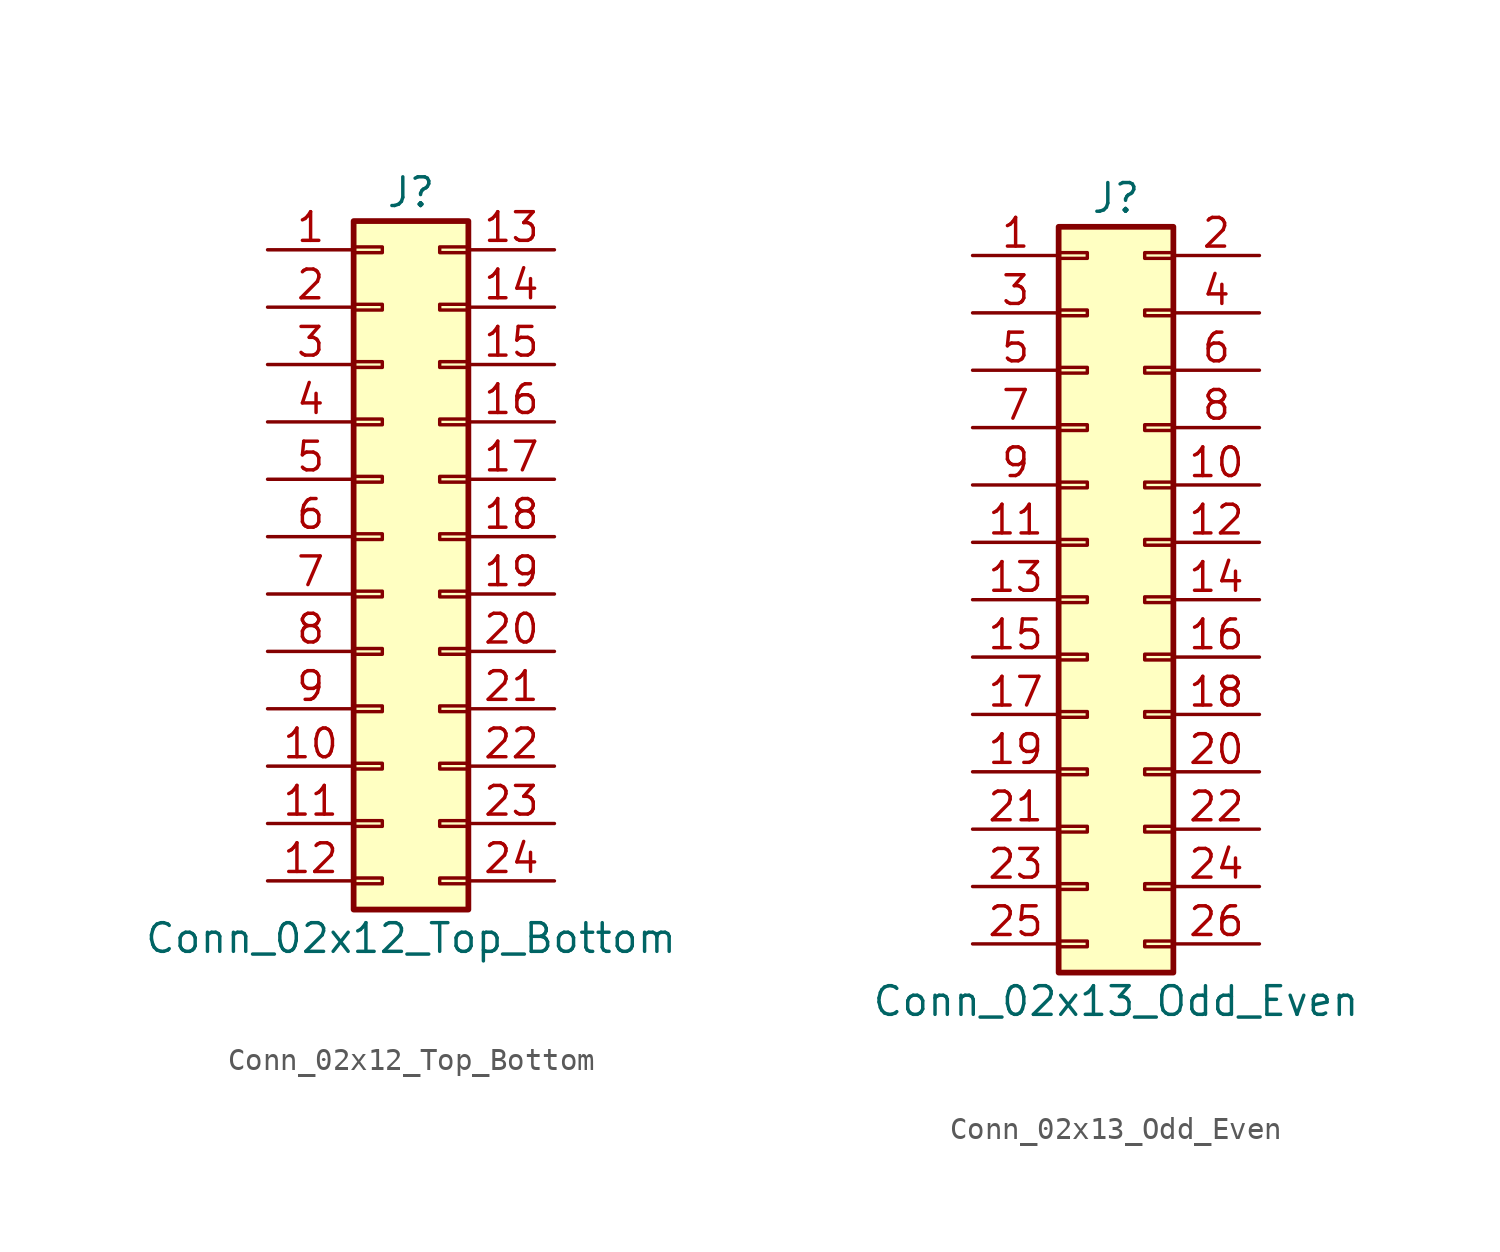
<source format=kicad_sym>
(kicad_symbol_lib
  (version 20220914)
  (generator kicad_symbol_editor)
  (symbol "Conn_02x12_Top_Bottom"
    (pin_names
      (offset 1.016) hide)
    (property "Reference" "J"
      (at 1.27 15.24 0)
      (effects (font (size 1.27 1.27))))
    (property "Value" "Conn_02x12_Top_Bottom"
      (at 1.27 -17.78 0)
      (effects (font (size 1.27 1.27))))
    (symbol "Conn_02x12_Top_Bottom_1_1"
      (rectangle (start -1.27 -15.113) (end 0 -15.367) (stroke (width 0.152) (type default)) (fill (type none)))
      (rectangle (start -1.27 -12.573) (end 0 -12.827) (stroke (width 0.152) (type default)) (fill (type none)))
      (rectangle (start -1.27 -10.033) (end 0 -10.287) (stroke (width 0.152) (type default)) (fill (type none)))
      (rectangle (start -1.27 -7.493) (end 0 -7.747) (stroke (width 0.152) (type default)) (fill (type none)))
      (rectangle (start -1.27 -4.953) (end 0 -5.207) (stroke (width 0.152) (type default)) (fill (type none)))
      (rectangle (start -1.27 -2.413) (end 0 -2.667) (stroke (width 0.152) (type default)) (fill (type none)))
      (rectangle (start -1.27 0.127) (end 0 -0.127) (stroke (width 0.152) (type default)) (fill (type none)))
      (rectangle (start -1.27 2.667) (end 0 2.413) (stroke (width 0.152) (type default)) (fill (type none)))
      (rectangle (start -1.27 5.207) (end 0 4.953) (stroke (width 0.152) (type default)) (fill (type none)))
      (rectangle (start -1.27 7.747) (end 0 7.493) (stroke (width 0.152) (type default)) (fill (type none)))
      (rectangle (start -1.27 10.287) (end 0 10.033) (stroke (width 0.152) (type default)) (fill (type none)))
      (rectangle (start -1.27 12.827) (end 0 12.573) (stroke (width 0.152) (type default)) (fill (type none)))
      (rectangle (start -1.27 13.97) (end 3.81 -16.51) (stroke (width 0.254) (type default)) (fill (type background)))
      (rectangle (start 3.81 -15.113) (end 2.54 -15.367) (stroke (width 0.152) (type default)) (fill (type none)))
      (rectangle (start 3.81 -12.573) (end 2.54 -12.827) (stroke (width 0.152) (type default)) (fill (type none)))
      (rectangle (start 3.81 -10.033) (end 2.54 -10.287) (stroke (width 0.152) (type default)) (fill (type none)))
      (rectangle (start 3.81 -7.493) (end 2.54 -7.747) (stroke (width 0.152) (type default)) (fill (type none)))
      (rectangle (start 3.81 -4.953) (end 2.54 -5.207) (stroke (width 0.152) (type default)) (fill (type none)))
      (rectangle (start 3.81 -2.413) (end 2.54 -2.667) (stroke (width 0.152) (type default)) (fill (type none)))
      (rectangle (start 3.81 0.127) (end 2.54 -0.127) (stroke (width 0.152) (type default)) (fill (type none)))
      (rectangle (start 3.81 2.667) (end 2.54 2.413) (stroke (width 0.152) (type default)) (fill (type none)))
      (rectangle (start 3.81 5.207) (end 2.54 4.953) (stroke (width 0.152) (type default)) (fill (type none)))
      (rectangle (start 3.81 7.747) (end 2.54 7.493) (stroke (width 0.152) (type default)) (fill (type none)))
      (rectangle (start 3.81 10.287) (end 2.54 10.033) (stroke (width 0.152) (type default)) (fill (type none)))
      (rectangle (start 3.81 12.827) (end 2.54 12.573) (stroke (width 0.152) (type default)) (fill (type none)))
      (pin passive line (at -5.08 12.7 0) (length 3.81) (name "Pin_1" (effects (font (size 1.27 1.27)))) (number "1" (effects (font (size 1.27 1.27)))))
      (pin passive line (at -5.08 -10.16 0) (length 3.81) (name "Pin_10" (effects (font (size 1.27 1.27)))) (number "10" (effects (font (size 1.27 1.27)))))
      (pin passive line (at -5.08 -12.7 0) (length 3.81) (name "Pin_11" (effects (font (size 1.27 1.27)))) (number "11" (effects (font (size 1.27 1.27)))))
      (pin passive line (at -5.08 -15.24 0) (length 3.81) (name "Pin_12" (effects (font (size 1.27 1.27)))) (number "12" (effects (font (size 1.27 1.27)))))
      (pin passive line (at 7.62 12.7 180) (length 3.81) (name "Pin_13" (effects (font (size 1.27 1.27)))) (number "13" (effects (font (size 1.27 1.27)))))
      (pin passive line (at 7.62 10.16 180) (length 3.81) (name "Pin_14" (effects (font (size 1.27 1.27)))) (number "14" (effects (font (size 1.27 1.27)))))
      (pin passive line (at 7.62 7.62 180) (length 3.81) (name "Pin_15" (effects (font (size 1.27 1.27)))) (number "15" (effects (font (size 1.27 1.27)))))
      (pin passive line (at 7.62 5.08 180) (length 3.81) (name "Pin_16" (effects (font (size 1.27 1.27)))) (number "16" (effects (font (size 1.27 1.27)))))
      (pin passive line (at 7.62 2.54 180) (length 3.81) (name "Pin_17" (effects (font (size 1.27 1.27)))) (number "17" (effects (font (size 1.27 1.27)))))
      (pin passive line (at 7.62 0 180) (length 3.81) (name "Pin_18" (effects (font (size 1.27 1.27)))) (number "18" (effects (font (size 1.27 1.27)))))
      (pin passive line (at 7.62 -2.54 180) (length 3.81) (name "Pin_19" (effects (font (size 1.27 1.27)))) (number "19" (effects (font (size 1.27 1.27)))))
      (pin passive line (at -5.08 10.16 0) (length 3.81) (name "Pin_2" (effects (font (size 1.27 1.27)))) (number "2" (effects (font (size 1.27 1.27)))))
      (pin passive line (at 7.62 -5.08 180) (length 3.81) (name "Pin_20" (effects (font (size 1.27 1.27)))) (number "20" (effects (font (size 1.27 1.27)))))
      (pin passive line (at 7.62 -7.62 180) (length 3.81) (name "Pin_21" (effects (font (size 1.27 1.27)))) (number "21" (effects (font (size 1.27 1.27)))))
      (pin passive line (at 7.62 -10.16 180) (length 3.81) (name "Pin_22" (effects (font (size 1.27 1.27)))) (number "22" (effects (font (size 1.27 1.27)))))
      (pin passive line (at 7.62 -12.7 180) (length 3.81) (name "Pin_23" (effects (font (size 1.27 1.27)))) (number "23" (effects (font (size 1.27 1.27)))))
      (pin passive line (at 7.62 -15.24 180) (length 3.81) (name "Pin_24" (effects (font (size 1.27 1.27)))) (number "24" (effects (font (size 1.27 1.27)))))
      (pin passive line (at -5.08 7.62 0) (length 3.81) (name "Pin_3" (effects (font (size 1.27 1.27)))) (number "3" (effects (font (size 1.27 1.27)))))
      (pin passive line (at -5.08 5.08 0) (length 3.81) (name "Pin_4" (effects (font (size 1.27 1.27)))) (number "4" (effects (font (size 1.27 1.27)))))
      (pin passive line (at -5.08 2.54 0) (length 3.81) (name "Pin_5" (effects (font (size 1.27 1.27)))) (number "5" (effects (font (size 1.27 1.27)))))
      (pin passive line (at -5.08 0 0) (length 3.81) (name "Pin_6" (effects (font (size 1.27 1.27)))) (number "6" (effects (font (size 1.27 1.27)))))
      (pin passive line (at -5.08 -2.54 0) (length 3.81) (name "Pin_7" (effects (font (size 1.27 1.27)))) (number "7" (effects (font (size 1.27 1.27)))))
      (pin passive line (at -5.08 -5.08 0) (length 3.81) (name "Pin_8" (effects (font (size 1.27 1.27)))) (number "8" (effects (font (size 1.27 1.27)))))
      (pin passive line (at -5.08 -7.62 0) (length 3.81) (name "Pin_9" (effects (font (size 1.27 1.27)))) (number "9" (effects (font (size 1.27 1.27)))))))
  (symbol "Conn_02x13_Odd_Even"
    (pin_names
      (offset 1.016) hide)
    (property "Reference" "J"
      (at 1.27 17.78 0)
      (effects (font (size 1.27 1.27))))
    (property "Value" "Conn_02x13_Odd_Even"
      (at 1.27 -17.78 0)
      (effects (font (size 1.27 1.27))))
    (symbol "Conn_02x13_Odd_Even_1_1"
      (rectangle (start -1.27 -15.113) (end 0 -15.367) (stroke (width 0.152) (type default)) (fill (type none)))
      (rectangle (start -1.27 -12.573) (end 0 -12.827) (stroke (width 0.152) (type default)) (fill (type none)))
      (rectangle (start -1.27 -10.033) (end 0 -10.287) (stroke (width 0.152) (type default)) (fill (type none)))
      (rectangle (start -1.27 -7.493) (end 0 -7.747) (stroke (width 0.152) (type default)) (fill (type none)))
      (rectangle (start -1.27 -4.953) (end 0 -5.207) (stroke (width 0.152) (type default)) (fill (type none)))
      (rectangle (start -1.27 -2.413) (end 0 -2.667) (stroke (width 0.152) (type default)) (fill (type none)))
      (rectangle (start -1.27 0.127) (end 0 -0.127) (stroke (width 0.152) (type default)) (fill (type none)))
      (rectangle (start -1.27 2.667) (end 0 2.413) (stroke (width 0.152) (type default)) (fill (type none)))
      (rectangle (start -1.27 5.207) (end 0 4.953) (stroke (width 0.152) (type default)) (fill (type none)))
      (rectangle (start -1.27 7.747) (end 0 7.493) (stroke (width 0.152) (type default)) (fill (type none)))
      (rectangle (start -1.27 10.287) (end 0 10.033) (stroke (width 0.152) (type default)) (fill (type none)))
      (rectangle (start -1.27 12.827) (end 0 12.573) (stroke (width 0.152) (type default)) (fill (type none)))
      (rectangle (start -1.27 15.367) (end 0 15.113) (stroke (width 0.152) (type default)) (fill (type none)))
      (rectangle (start -1.27 16.51) (end 3.81 -16.51) (stroke (width 0.254) (type default)) (fill (type background)))
      (rectangle (start 3.81 -15.113) (end 2.54 -15.367) (stroke (width 0.152) (type default)) (fill (type none)))
      (rectangle (start 3.81 -12.573) (end 2.54 -12.827) (stroke (width 0.152) (type default)) (fill (type none)))
      (rectangle (start 3.81 -10.033) (end 2.54 -10.287) (stroke (width 0.152) (type default)) (fill (type none)))
      (rectangle (start 3.81 -7.493) (end 2.54 -7.747) (stroke (width 0.152) (type default)) (fill (type none)))
      (rectangle (start 3.81 -4.953) (end 2.54 -5.207) (stroke (width 0.152) (type default)) (fill (type none)))
      (rectangle (start 3.81 -2.413) (end 2.54 -2.667) (stroke (width 0.152) (type default)) (fill (type none)))
      (rectangle (start 3.81 0.127) (end 2.54 -0.127) (stroke (width 0.152) (type default)) (fill (type none)))
      (rectangle (start 3.81 2.667) (end 2.54 2.413) (stroke (width 0.152) (type default)) (fill (type none)))
      (rectangle (start 3.81 5.207) (end 2.54 4.953) (stroke (width 0.152) (type default)) (fill (type none)))
      (rectangle (start 3.81 7.747) (end 2.54 7.493) (stroke (width 0.152) (type default)) (fill (type none)))
      (rectangle (start 3.81 10.287) (end 2.54 10.033) (stroke (width 0.152) (type default)) (fill (type none)))
      (rectangle (start 3.81 12.827) (end 2.54 12.573) (stroke (width 0.152) (type default)) (fill (type none)))
      (rectangle (start 3.81 15.367) (end 2.54 15.113) (stroke (width 0.152) (type default)) (fill (type none)))
      (pin passive line (at -5.08 15.24 0) (length 3.81) (name "Pin_1" (effects (font (size 1.27 1.27)))) (number "1" (effects (font (size 1.27 1.27)))))
      (pin passive line (at 7.62 5.08 180) (length 3.81) (name "Pin_10" (effects (font (size 1.27 1.27)))) (number "10" (effects (font (size 1.27 1.27)))))
      (pin passive line (at -5.08 2.54 0) (length 3.81) (name "Pin_11" (effects (font (size 1.27 1.27)))) (number "11" (effects (font (size 1.27 1.27)))))
      (pin passive line (at 7.62 2.54 180) (length 3.81) (name "Pin_12" (effects (font (size 1.27 1.27)))) (number "12" (effects (font (size 1.27 1.27)))))
      (pin passive line (at -5.08 0 0) (length 3.81) (name "Pin_13" (effects (font (size 1.27 1.27)))) (number "13" (effects (font (size 1.27 1.27)))))
      (pin passive line (at 7.62 0 180) (length 3.81) (name "Pin_14" (effects (font (size 1.27 1.27)))) (number "14" (effects (font (size 1.27 1.27)))))
      (pin passive line (at -5.08 -2.54 0) (length 3.81) (name "Pin_15" (effects (font (size 1.27 1.27)))) (number "15" (effects (font (size 1.27 1.27)))))
      (pin passive line (at 7.62 -2.54 180) (length 3.81) (name "Pin_16" (effects (font (size 1.27 1.27)))) (number "16" (effects (font (size 1.27 1.27)))))
      (pin passive line (at -5.08 -5.08 0) (length 3.81) (name "Pin_17" (effects (font (size 1.27 1.27)))) (number "17" (effects (font (size 1.27 1.27)))))
      (pin passive line (at 7.62 -5.08 180) (length 3.81) (name "Pin_18" (effects (font (size 1.27 1.27)))) (number "18" (effects (font (size 1.27 1.27)))))
      (pin passive line (at -5.08 -7.62 0) (length 3.81) (name "Pin_19" (effects (font (size 1.27 1.27)))) (number "19" (effects (font (size 1.27 1.27)))))
      (pin passive line (at 7.62 15.24 180) (length 3.81) (name "Pin_2" (effects (font (size 1.27 1.27)))) (number "2" (effects (font (size 1.27 1.27)))))
      (pin passive line (at 7.62 -7.62 180) (length 3.81) (name "Pin_20" (effects (font (size 1.27 1.27)))) (number "20" (effects (font (size 1.27 1.27)))))
      (pin passive line (at -5.08 -10.16 0) (length 3.81) (name "Pin_21" (effects (font (size 1.27 1.27)))) (number "21" (effects (font (size 1.27 1.27)))))
      (pin passive line (at 7.62 -10.16 180) (length 3.81) (name "Pin_22" (effects (font (size 1.27 1.27)))) (number "22" (effects (font (size 1.27 1.27)))))
      (pin passive line (at -5.08 -12.7 0) (length 3.81) (name "Pin_23" (effects (font (size 1.27 1.27)))) (number "23" (effects (font (size 1.27 1.27)))))
      (pin passive line (at 7.62 -12.7 180) (length 3.81) (name "Pin_24" (effects (font (size 1.27 1.27)))) (number "24" (effects (font (size 1.27 1.27)))))
      (pin passive line (at -5.08 -15.24 0) (length 3.81) (name "Pin_25" (effects (font (size 1.27 1.27)))) (number "25" (effects (font (size 1.27 1.27)))))
      (pin passive line (at 7.62 -15.24 180) (length 3.81) (name "Pin_26" (effects (font (size 1.27 1.27)))) (number "26" (effects (font (size 1.27 1.27)))))
      (pin passive line (at -5.08 12.7 0) (length 3.81) (name "Pin_3" (effects (font (size 1.27 1.27)))) (number "3" (effects (font (size 1.27 1.27)))))
      (pin passive line (at 7.62 12.7 180) (length 3.81) (name "Pin_4" (effects (font (size 1.27 1.27)))) (number "4" (effects (font (size 1.27 1.27)))))
      (pin passive line (at -5.08 10.16 0) (length 3.81) (name "Pin_5" (effects (font (size 1.27 1.27)))) (number "5" (effects (font (size 1.27 1.27)))))
      (pin passive line (at 7.62 10.16 180) (length 3.81) (name "Pin_6" (effects (font (size 1.27 1.27)))) (number "6" (effects (font (size 1.27 1.27)))))
      (pin passive line (at -5.08 7.62 0) (length 3.81) (name "Pin_7" (effects (font (size 1.27 1.27)))) (number "7" (effects (font (size 1.27 1.27)))))
      (pin passive line (at 7.62 7.62 180) (length 3.81) (name "Pin_8" (effects (font (size 1.27 1.27)))) (number "8" (effects (font (size 1.27 1.27)))))
      (pin passive line (at -5.08 5.08 0) (length 3.81) (name "Pin_9" (effects (font (size 1.27 1.27)))) (number "9" (effects (font (size 1.27 1.27))))))))
</source>
